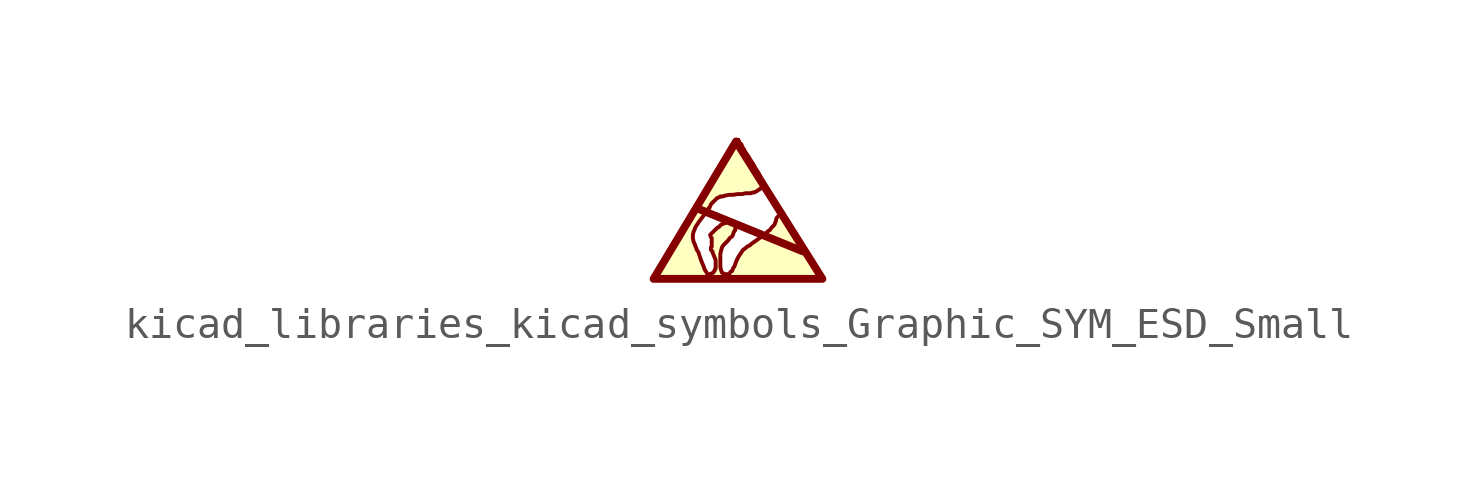
<source format=kicad_sym>
(kicad_symbol_lib
  (version 20220914)
  (generator kicad_symbol_editor)
  (symbol "kicad_libraries_kicad_symbols_Graphic_SYM_ESD_Small"
    (property "Reference" "#SYM"
      (at 0 3.556 0)
      (effects (font (size 1.27 1.27)) hide))
    (symbol "kicad_libraries_kicad_symbols_Graphic_SYM_ESD_Small_0_0"
      (polyline (pts (xy -1.27 0.381) (xy 2.159 -1.016)) (stroke (width 0.254) (type default)) (fill (type none)))
      (polyline (pts (xy -2.667 -1.905) (xy 2.794 -1.905) (xy 0 2.54) (xy -2.667 -1.905)) (stroke (width 0.254) (type default)) (fill (type none)))
      (polyline (pts (xy 2.743 -1.905) (xy 2.718 -1.88) (xy 2.616 -1.676) (xy 2.565 -1.6) (xy 2.489 -1.499) (xy 2.438 -1.372) (xy 1.753 -0.229) (xy 1.702 -0.127) (xy 1.626 -0.051) (xy 1.6 0.051) (xy 1.549 0.102) (xy 1.499 0.203) (xy 1.473 0.229) (xy 1.473 0.203) (xy 1.448 0.203) (xy 1.321 0.076) (xy 1.295 0.025) (xy 1.295 -0.025) (xy 1.27 -0.076) (xy 1.245 -0.152) (xy 1.143 -0.254) (xy 1.092 -0.33) (xy 1.041 -0.356) (xy 0.914 -0.483) (xy 0.762 -0.584) (xy 0.66 -0.66) (xy 0.508 -0.762) (xy 0.457 -0.813) (xy 0.356 -0.864) (xy 0.305 -0.914) (xy 0.229 -0.965) (xy 0.076 -1.194) (xy 0.025 -1.295) (xy -0.025 -1.422) (xy -0.051 -1.499) (xy -0.102 -1.575) (xy -0.127 -1.651) (xy -0.178 -1.676) (xy -0.203 -1.727) (xy -0.254 -1.753) (xy -0.406 -1.753) (xy -0.406 -1.727) (xy -0.457 -1.702) (xy -0.483 -1.626) (xy -0.508 -1.524) (xy -0.508 -1.092) (xy -0.457 -0.889) (xy -0.406 -0.813) (xy -0.254 -0.66) (xy -0.203 -0.584) (xy -0.127 -0.533) (xy -0.102 -0.483) (xy -0.076 -0.406) (xy -0.051 -0.356) (xy -0.025 -0.33) (xy -0.025 -0.279) (xy 0 -0.229) (xy -0.076 -0.152) (xy -0.127 -0.127) (xy -0.152 -0.076) (xy -0.203 -0.051) (xy -0.229 -0.025) (xy -0.254 -0.025) (xy -0.305 -0.076) (xy -0.356 -0.102) (xy -0.432 -0.127) (xy -0.483 -0.152) (xy -0.559 -0.229) (xy -0.61 -0.254) (xy -0.838 -0.483) (xy -0.813 -0.559) (xy -0.787 -0.584) (xy -0.787 -0.864) (xy -0.813 -0.889) (xy -0.813 -0.965) (xy -0.762 -1.016) (xy -0.762 -1.041) (xy -0.66 -1.295) (xy -0.66 -1.575) (xy -0.686 -1.6) (xy -0.686 -1.626) (xy -0.737 -1.702) (xy -0.838 -1.753) (xy -0.914 -1.753) (xy -0.94 -1.727) (xy -0.965 -1.676) (xy -1.016 -1.6) (xy -1.041 -1.524) (xy -1.143 -1.27) (xy -1.219 -1.041) (xy -1.27 -0.965) (xy -1.295 -0.889) (xy -1.321 -0.838) (xy -1.321 -0.813) (xy -1.372 -0.711) (xy -1.397 -0.584) (xy -1.397 -0.483) (xy -1.372 -0.381) (xy -1.321 -0.254) (xy -1.295 -0.203) (xy -1.194 -0.051) (xy -1.041 0.152) (xy -0.991 0.203) (xy -0.965 0.254) (xy -0.914 0.33) (xy -0.889 0.381) (xy -0.864 0.381) (xy -0.813 0.508) (xy -0.61 0.711) (xy -0.533 0.737) (xy -0.508 0.762) (xy -0.432 0.762) (xy -0.356 0.787) (xy -0.229 0.813) (xy -0.102 0.813) (xy 0.051 0.838) (xy 0.203 0.838) (xy 0.305 0.864) (xy 0.483 0.864) (xy 0.533 0.889) (xy 0.584 0.889) (xy 0.686 0.94) (xy 0.711 0.965) (xy 0.762 0.991) (xy 0.813 1.041) (xy 0.864 1.067) (xy 0.889 1.118) (xy 0.914 1.143) (xy 0.914 1.194) (xy 0.889 1.219) (xy 0.864 1.27) (xy 0.813 1.346) (xy 0.711 1.549) (xy 0.635 1.651) (xy 0.584 1.753) (xy 0.508 1.88) (xy 0.457 1.956) (xy 0.381 2.083) (xy 0.305 2.184) (xy 0.254 2.286) (xy 0.203 2.362) (xy 0.178 2.438) (xy 0.102 2.515) (xy 0.102 2.54) (xy 0.076 2.565) (xy 0.076 2.591) (xy 0.025 2.591) (xy 0.025 2.565) (xy -0.025 2.515) (xy -0.102 2.362) (xy -0.254 2.134) (xy -0.305 2.032) (xy -0.457 1.778) (xy -0.559 1.626) (xy -0.762 1.27) (xy -0.889 1.067) (xy -1.016 0.838) (xy -1.168 0.61) (xy -1.321 0.33) (xy -1.397 0.203) (xy -1.524 -0.025) (xy -1.778 -0.432) (xy -1.88 -0.635) (xy -2.007 -0.813) (xy -2.108 -0.991) (xy -2.21 -1.143) (xy -2.286 -1.295) (xy -2.438 -1.549) (xy -2.489 -1.651) (xy -2.565 -1.753) (xy -2.591 -1.829) (xy -2.616 -1.88) (xy -2.642 -1.905) (xy -2.642 -1.93) (xy 2.743 -1.93) (xy 2.743 -1.905)) (stroke (width 0.127) (type default)) (fill (type background))))))
</source>
